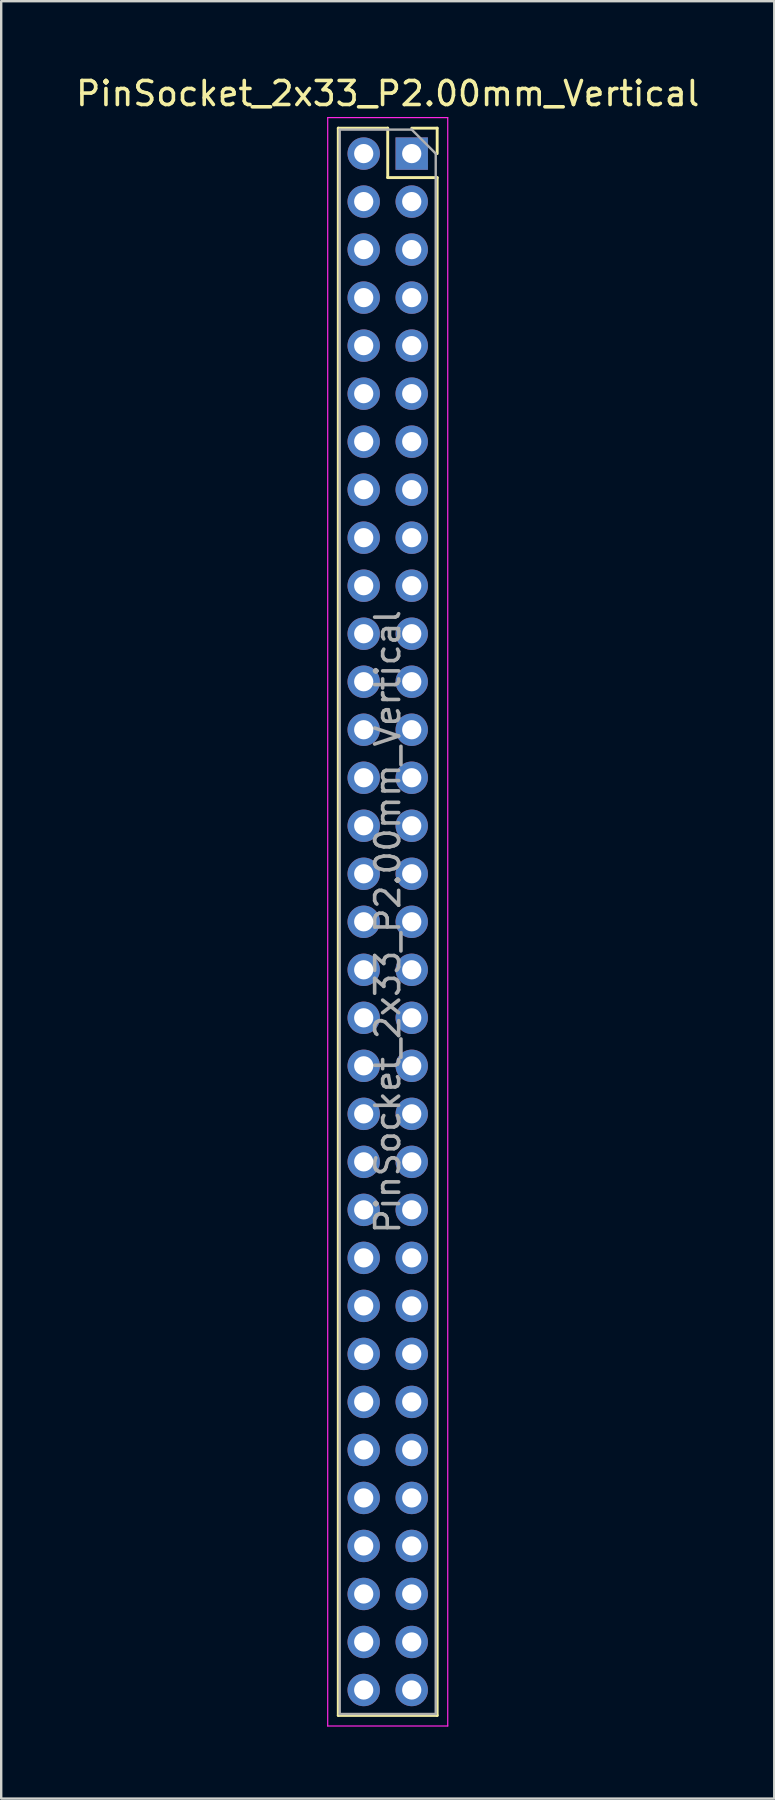
<source format=kicad_pcb>
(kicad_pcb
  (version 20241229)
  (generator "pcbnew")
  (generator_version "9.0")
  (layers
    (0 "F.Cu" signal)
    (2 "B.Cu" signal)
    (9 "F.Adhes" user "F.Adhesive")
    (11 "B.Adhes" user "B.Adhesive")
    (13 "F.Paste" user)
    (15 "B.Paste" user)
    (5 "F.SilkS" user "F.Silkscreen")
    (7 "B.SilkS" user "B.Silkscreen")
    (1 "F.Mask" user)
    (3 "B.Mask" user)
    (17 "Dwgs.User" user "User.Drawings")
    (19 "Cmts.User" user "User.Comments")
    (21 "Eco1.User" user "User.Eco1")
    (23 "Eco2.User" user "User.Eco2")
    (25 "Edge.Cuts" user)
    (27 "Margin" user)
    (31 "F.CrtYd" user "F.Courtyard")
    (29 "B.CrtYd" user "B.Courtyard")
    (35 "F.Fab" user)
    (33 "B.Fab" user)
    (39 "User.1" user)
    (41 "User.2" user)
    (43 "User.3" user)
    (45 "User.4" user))
  (footprint "PinSocket_2x33_P2.00mm_Vertical"
    (layer "F.Cu")
    (at 14.101 3.348)
    (property "Reference" "PinSocket_2x33_P2.00mm_Vertical" (at -1 -2.5 0) (layer "F.SilkS") (effects (font (size 1 1) (thickness 0.15))))
    (attr through_hole)
    (fp_line (start -3.06 -1.06) (end -3.06 65.06) (stroke (width 0.12) (type solid)) (layer "F.SilkS"))
    (fp_line (start -3.06 -1.06) (end -1 -1.06) (stroke (width 0.12) (type solid)) (layer "F.SilkS"))
    (fp_line (start -3.06 65.06) (end 1.06 65.06) (stroke (width 0.12) (type solid)) (layer "F.SilkS"))
    (fp_line (start -1 -1.06) (end -1 1) (stroke (width 0.12) (type solid)) (layer "F.SilkS"))
    (fp_line (start -1 1) (end 1.06 1) (stroke (width 0.12) (type solid)) (layer "F.SilkS"))
    (fp_line (start 0 -1.06) (end 1.06 -1.06) (stroke (width 0.12) (type solid)) (layer "F.SilkS"))
    (fp_line (start 1.06 -1.06) (end 1.06 0) (stroke (width 0.12) (type solid)) (layer "F.SilkS"))
    (fp_line (start 1.06 1) (end 1.06 65.06) (stroke (width 0.12) (type solid)) (layer "F.SilkS"))
    (fp_line (start -3.5 -1.5) (end 1.5 -1.5) (stroke (width 0.05) (type solid)) (layer "F.CrtYd"))
    (fp_line (start -3.5 65.5) (end -3.5 -1.5) (stroke (width 0.05) (type solid)) (layer "F.CrtYd"))
    (fp_line (start 1.5 -1.5) (end 1.5 65.5) (stroke (width 0.05) (type solid)) (layer "F.CrtYd"))
    (fp_line (start 1.5 65.5) (end -3.5 65.5) (stroke (width 0.05) (type solid)) (layer "F.CrtYd"))
    (fp_line (start -3 -1) (end 0 -1) (stroke (width 0.1) (type solid)) (layer "F.Fab"))
    (fp_line (start -3 65) (end -3 -1) (stroke (width 0.1) (type solid)) (layer "F.Fab"))
    (fp_line (start 0 -1) (end 1 0) (stroke (width 0.1) (type solid)) (layer "F.Fab"))
    (fp_line (start 1 0) (end 1 65) (stroke (width 0.1) (type solid)) (layer "F.Fab"))
    (fp_line (start 1 65) (end -3 65) (stroke (width 0.1) (type solid)) (layer "F.Fab"))
    (fp_text user "${REFERENCE}" (at -1 32 90) (layer "F.Fab") (effects (font (size 1 1) (thickness 0.15))))
    (pad "1" thru_hole rect (at 0 0) (size 1.35 1.35) (drill 0.8) (layers "*.Cu" "*.Mask"))
    (pad "2" thru_hole circle (at -2 0) (size 1.35 1.35) (drill 0.8) (layers "*.Cu" "*.Mask"))
    (pad "3" thru_hole circle (at 0 2) (size 1.35 1.35) (drill 0.8) (layers "*.Cu" "*.Mask"))
    (pad "4" thru_hole circle (at -2 2) (size 1.35 1.35) (drill 0.8) (layers "*.Cu" "*.Mask"))
    (pad "5" thru_hole circle (at 0 4) (size 1.35 1.35) (drill 0.8) (layers "*.Cu" "*.Mask"))
    (pad "6" thru_hole circle (at -2 4) (size 1.35 1.35) (drill 0.8) (layers "*.Cu" "*.Mask"))
    (pad "7" thru_hole circle (at 0 6) (size 1.35 1.35) (drill 0.8) (layers "*.Cu" "*.Mask"))
    (pad "8" thru_hole circle (at -2 6) (size 1.35 1.35) (drill 0.8) (layers "*.Cu" "*.Mask"))
    (pad "9" thru_hole circle (at 0 8) (size 1.35 1.35) (drill 0.8) (layers "*.Cu" "*.Mask"))
    (pad "10" thru_hole circle (at -2 8) (size 1.35 1.35) (drill 0.8) (layers "*.Cu" "*.Mask"))
    (pad "11" thru_hole circle (at 0 10) (size 1.35 1.35) (drill 0.8) (layers "*.Cu" "*.Mask"))
    (pad "12" thru_hole circle (at -2 10) (size 1.35 1.35) (drill 0.8) (layers "*.Cu" "*.Mask"))
    (pad "13" thru_hole circle (at 0 12) (size 1.35 1.35) (drill 0.8) (layers "*.Cu" "*.Mask"))
    (pad "14" thru_hole circle (at -2 12) (size 1.35 1.35) (drill 0.8) (layers "*.Cu" "*.Mask"))
    (pad "15" thru_hole circle (at 0 14) (size 1.35 1.35) (drill 0.8) (layers "*.Cu" "*.Mask"))
    (pad "16" thru_hole circle (at -2 14) (size 1.35 1.35) (drill 0.8) (layers "*.Cu" "*.Mask"))
    (pad "17" thru_hole circle (at 0 16) (size 1.35 1.35) (drill 0.8) (layers "*.Cu" "*.Mask"))
    (pad "18" thru_hole circle (at -2 16) (size 1.35 1.35) (drill 0.8) (layers "*.Cu" "*.Mask"))
    (pad "19" thru_hole circle (at 0 18) (size 1.35 1.35) (drill 0.8) (layers "*.Cu" "*.Mask"))
    (pad "20" thru_hole circle (at -2 18) (size 1.35 1.35) (drill 0.8) (layers "*.Cu" "*.Mask"))
    (pad "21" thru_hole circle (at 0 20) (size 1.35 1.35) (drill 0.8) (layers "*.Cu" "*.Mask"))
    (pad "22" thru_hole circle (at -2 20) (size 1.35 1.35) (drill 0.8) (layers "*.Cu" "*.Mask"))
    (pad "23" thru_hole circle (at 0 22) (size 1.35 1.35) (drill 0.8) (layers "*.Cu" "*.Mask"))
    (pad "24" thru_hole circle (at -2 22) (size 1.35 1.35) (drill 0.8) (layers "*.Cu" "*.Mask"))
    (pad "25" thru_hole circle (at 0 24) (size 1.35 1.35) (drill 0.8) (layers "*.Cu" "*.Mask"))
    (pad "26" thru_hole circle (at -2 24) (size 1.35 1.35) (drill 0.8) (layers "*.Cu" "*.Mask"))
    (pad "27" thru_hole circle (at 0 26) (size 1.35 1.35) (drill 0.8) (layers "*.Cu" "*.Mask"))
    (pad "28" thru_hole circle (at -2 26) (size 1.35 1.35) (drill 0.8) (layers "*.Cu" "*.Mask"))
    (pad "29" thru_hole circle (at 0 28) (size 1.35 1.35) (drill 0.8) (layers "*.Cu" "*.Mask"))
    (pad "30" thru_hole circle (at -2 28) (size 1.35 1.35) (drill 0.8) (layers "*.Cu" "*.Mask"))
    (pad "31" thru_hole circle (at 0 30) (size 1.35 1.35) (drill 0.8) (layers "*.Cu" "*.Mask"))
    (pad "32" thru_hole circle (at -2 30) (size 1.35 1.35) (drill 0.8) (layers "*.Cu" "*.Mask"))
    (pad "33" thru_hole circle (at 0 32) (size 1.35 1.35) (drill 0.8) (layers "*.Cu" "*.Mask"))
    (pad "34" thru_hole circle (at -2 32) (size 1.35 1.35) (drill 0.8) (layers "*.Cu" "*.Mask"))
    (pad "35" thru_hole circle (at 0 34) (size 1.35 1.35) (drill 0.8) (layers "*.Cu" "*.Mask"))
    (pad "36" thru_hole circle (at -2 34) (size 1.35 1.35) (drill 0.8) (layers "*.Cu" "*.Mask"))
    (pad "37" thru_hole circle (at 0 36) (size 1.35 1.35) (drill 0.8) (layers "*.Cu" "*.Mask"))
    (pad "38" thru_hole circle (at -2 36) (size 1.35 1.35) (drill 0.8) (layers "*.Cu" "*.Mask"))
    (pad "39" thru_hole circle (at 0 38) (size 1.35 1.35) (drill 0.8) (layers "*.Cu" "*.Mask"))
    (pad "40" thru_hole circle (at -2 38) (size 1.35 1.35) (drill 0.8) (layers "*.Cu" "*.Mask"))
    (pad "41" thru_hole circle (at 0 40) (size 1.35 1.35) (drill 0.8) (layers "*.Cu" "*.Mask"))
    (pad "42" thru_hole circle (at -2 40) (size 1.35 1.35) (drill 0.8) (layers "*.Cu" "*.Mask"))
    (pad "43" thru_hole circle (at 0 42) (size 1.35 1.35) (drill 0.8) (layers "*.Cu" "*.Mask"))
    (pad "44" thru_hole circle (at -2 42) (size 1.35 1.35) (drill 0.8) (layers "*.Cu" "*.Mask"))
    (pad "45" thru_hole circle (at 0 44) (size 1.35 1.35) (drill 0.8) (layers "*.Cu" "*.Mask"))
    (pad "46" thru_hole circle (at -2 44) (size 1.35 1.35) (drill 0.8) (layers "*.Cu" "*.Mask"))
    (pad "47" thru_hole circle (at 0 46) (size 1.35 1.35) (drill 0.8) (layers "*.Cu" "*.Mask"))
    (pad "48" thru_hole circle (at -2 46) (size 1.35 1.35) (drill 0.8) (layers "*.Cu" "*.Mask"))
    (pad "49" thru_hole circle (at 0 48) (size 1.35 1.35) (drill 0.8) (layers "*.Cu" "*.Mask"))
    (pad "50" thru_hole circle (at -2 48) (size 1.35 1.35) (drill 0.8) (layers "*.Cu" "*.Mask"))
    (pad "51" thru_hole circle (at 0 50) (size 1.35 1.35) (drill 0.8) (layers "*.Cu" "*.Mask"))
    (pad "52" thru_hole circle (at -2 50) (size 1.35 1.35) (drill 0.8) (layers "*.Cu" "*.Mask"))
    (pad "53" thru_hole circle (at 0 52) (size 1.35 1.35) (drill 0.8) (layers "*.Cu" "*.Mask"))
    (pad "54" thru_hole circle (at -2 52) (size 1.35 1.35) (drill 0.8) (layers "*.Cu" "*.Mask"))
    (pad "55" thru_hole circle (at 0 54) (size 1.35 1.35) (drill 0.8) (layers "*.Cu" "*.Mask"))
    (pad "56" thru_hole circle (at -2 54) (size 1.35 1.35) (drill 0.8) (layers "*.Cu" "*.Mask"))
    (pad "57" thru_hole circle (at 0 56) (size 1.35 1.35) (drill 0.8) (layers "*.Cu" "*.Mask"))
    (pad "58" thru_hole circle (at -2 56) (size 1.35 1.35) (drill 0.8) (layers "*.Cu" "*.Mask"))
    (pad "59" thru_hole circle (at 0 58) (size 1.35 1.35) (drill 0.8) (layers "*.Cu" "*.Mask"))
    (pad "60" thru_hole circle (at -2 58) (size 1.35 1.35) (drill 0.8) (layers "*.Cu" "*.Mask"))
    (pad "61" thru_hole circle (at 0 60) (size 1.35 1.35) (drill 0.8) (layers "*.Cu" "*.Mask"))
    (pad "62" thru_hole circle (at -2 60) (size 1.35 1.35) (drill 0.8) (layers "*.Cu" "*.Mask"))
    (pad "63" thru_hole circle (at 0 62) (size 1.35 1.35) (drill 0.8) (layers "*.Cu" "*.Mask"))
    (pad "64" thru_hole circle (at -2 62) (size 1.35 1.35) (drill 0.8) (layers "*.Cu" "*.Mask"))
    (pad "65" thru_hole circle (at 0 64) (size 1.35 1.35) (drill 0.8) (layers "*.Cu" "*.Mask"))
    (pad "66" thru_hole circle (at -2 64) (size 1.35 1.35) (drill 0.8) (layers "*.Cu" "*.Mask")))
  (gr_rect
    (start -3 -3)
    (end 29.202 71.873)
    (stroke (width 0.1) (type default))
    (fill no)
    (layer "Edge.Cuts")))
</source>
